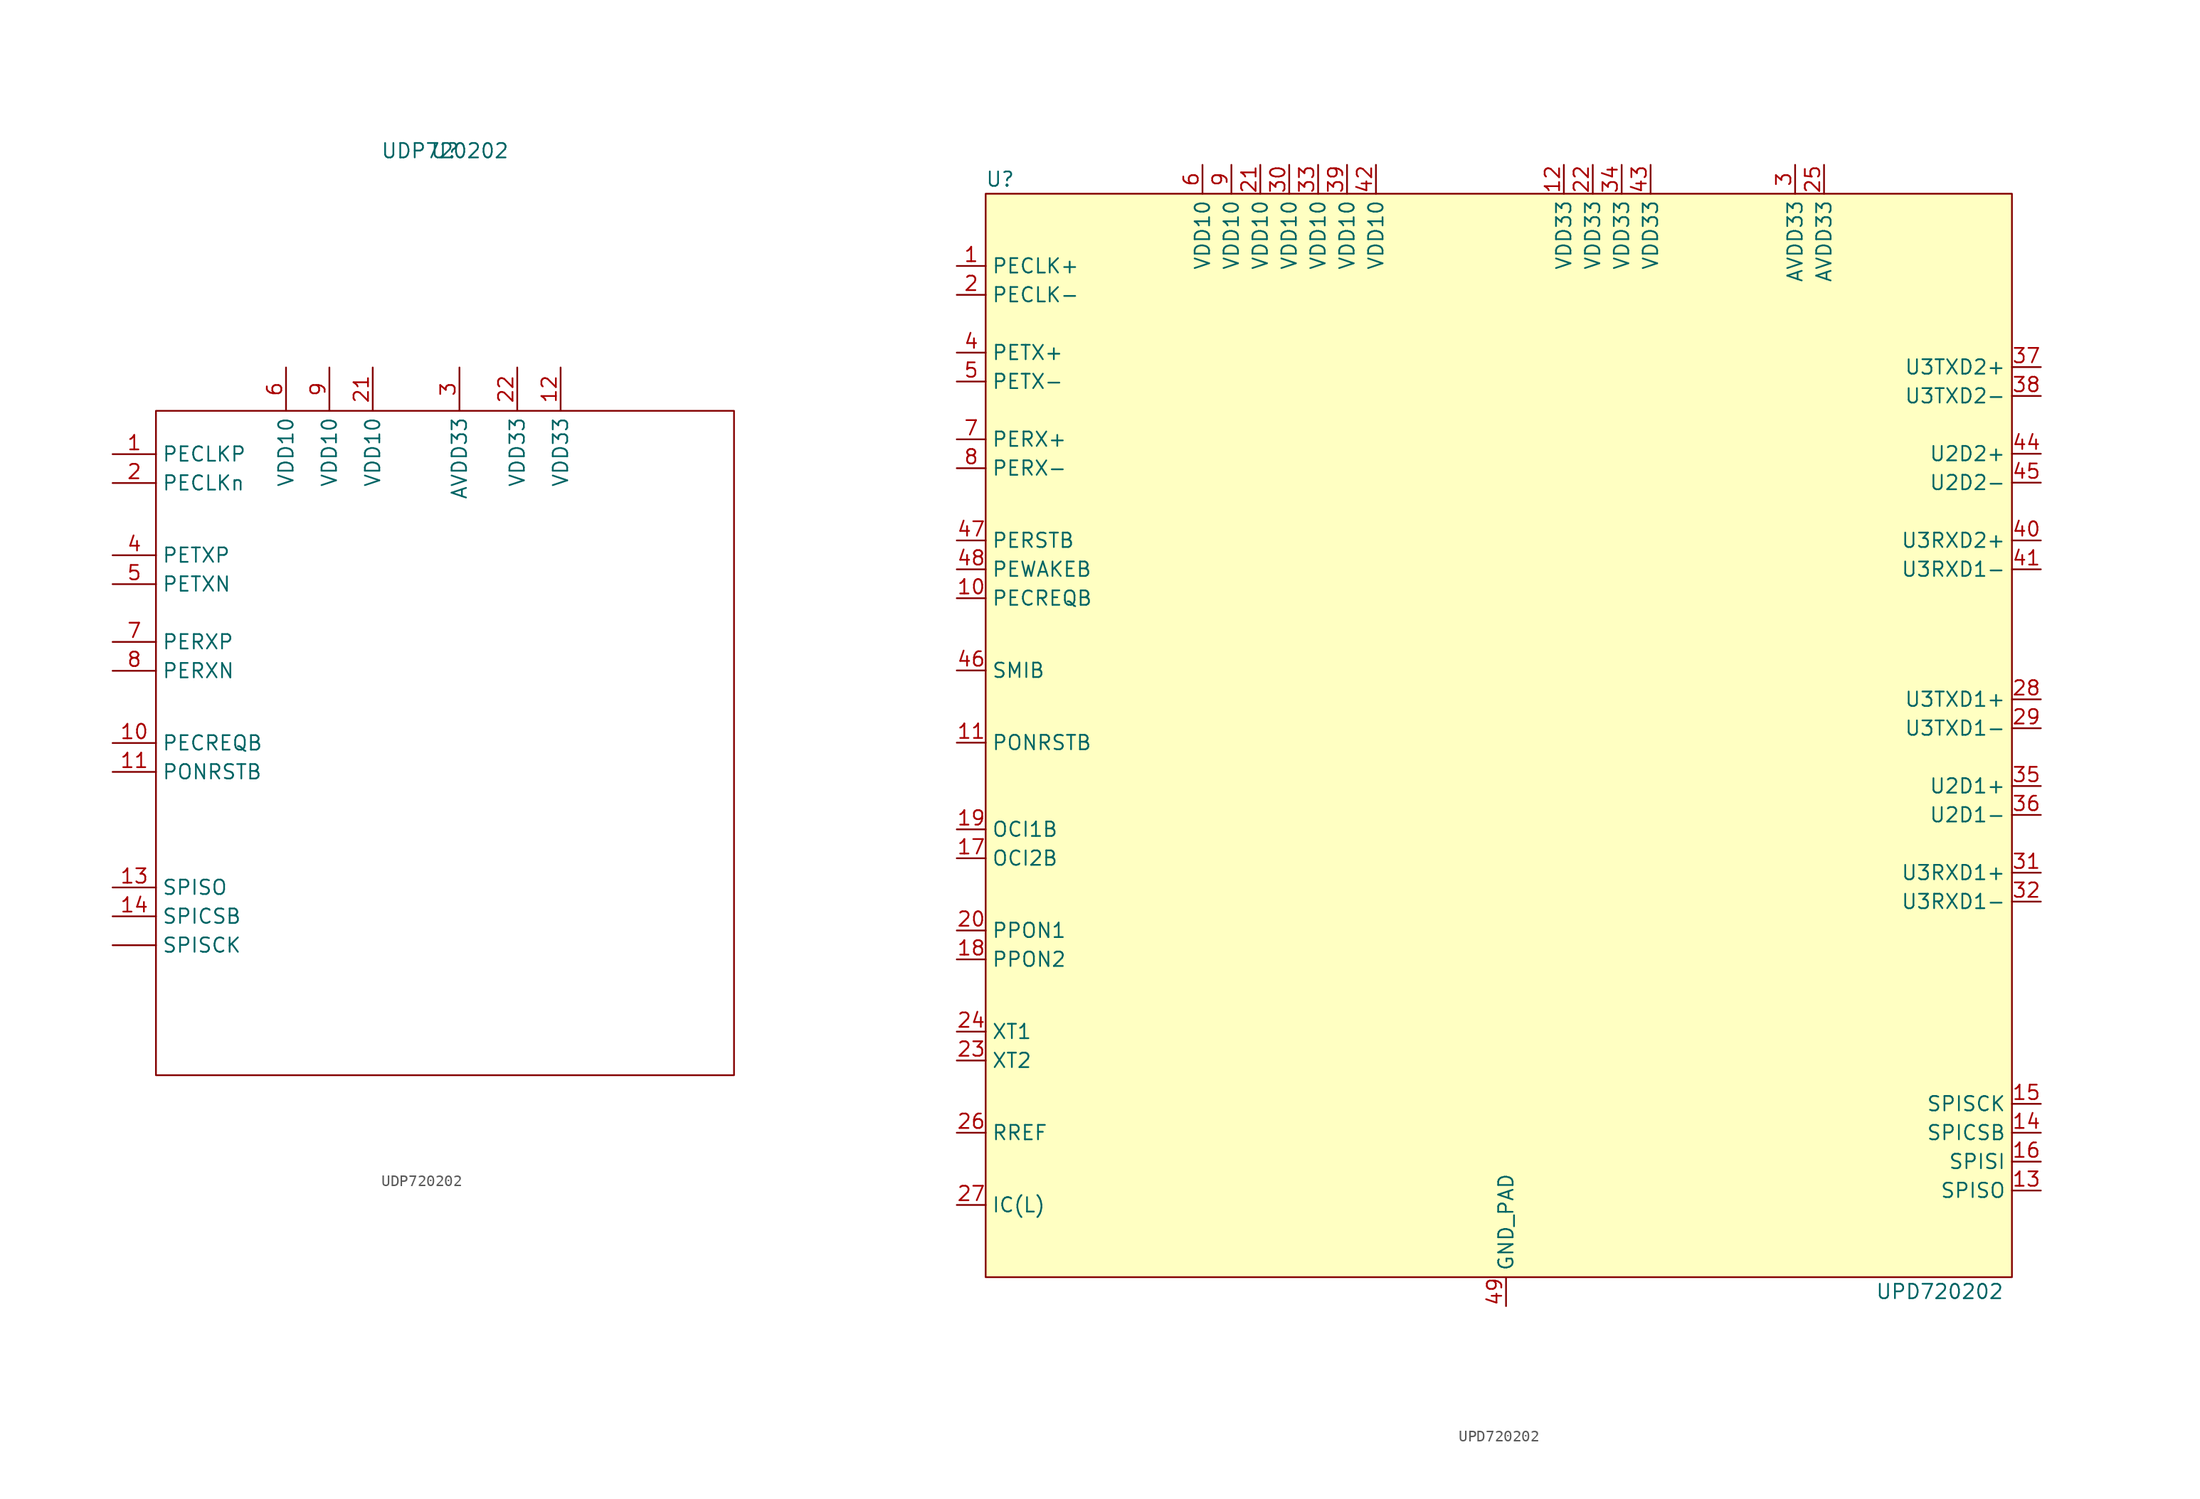
<source format=kicad_sym>
(kicad_symbol_lib
  (version 20211014)
  (generator kicad_symbol_editor)
  (symbol "UDP720202"
    (property "Reference" "U"
      (at 1.27 50.8 0)
      (effects (font (size 1.27 1.27))))
    (property "Value" "UDP720202"
      (at 1.27 50.8 0)
      (effects (font (size 1.27 1.27))))
    (symbol "UDP720202_0_1"
      (rectangle (start -24.13 27.94) (end 26.67 -30.48) (stroke (width 0.152) (type default) (color 0 0 0 0)) (fill (type none))))
    (symbol "UDP720202_1_1"
      (pin input line (at -27.94 -19.05 0) (length 3.81) (name "SPISCK" (effects (font (size 1.27 1.27)))) (number "" (effects (font (size 1.27 1.27)))))
      (pin input line (at -27.94 24.13 0) (length 3.81) (name "PECLKP" (effects (font (size 1.27 1.27)))) (number "1" (effects (font (size 1.27 1.27)))))
      (pin input line (at -27.94 -1.27 0) (length 3.81) (name "PECREQB" (effects (font (size 1.27 1.27)))) (number "10" (effects (font (size 1.27 1.27)))))
      (pin input line (at -27.94 -3.81 0) (length 3.81) (name "PONRSTB" (effects (font (size 1.27 1.27)))) (number "11" (effects (font (size 1.27 1.27)))))
      (pin power_in line (at 11.43 31.75 270) (length 3.81) (name "VDD33" (effects (font (size 1.27 1.27)))) (number "12" (effects (font (size 1.27 1.27)))))
      (pin output line (at -27.94 -13.97 0) (length 3.81) (name "SPISO" (effects (font (size 1.27 1.27)))) (number "13" (effects (font (size 1.27 1.27)))))
      (pin input line (at -27.94 -16.51 0) (length 3.81) (name "SPICSB" (effects (font (size 1.27 1.27)))) (number "14" (effects (font (size 1.27 1.27)))))
      (pin input line (at -27.94 21.59 0) (length 3.81) (name "PECLKn" (effects (font (size 1.27 1.27)))) (number "2" (effects (font (size 1.27 1.27)))))
      (pin power_in line (at -5.08 31.75 270) (length 3.81) (name "VDD10" (effects (font (size 1.27 1.27)))) (number "21" (effects (font (size 1.27 1.27)))))
      (pin power_in line (at 7.62 31.75 270) (length 3.81) (name "VDD33" (effects (font (size 1.27 1.27)))) (number "22" (effects (font (size 1.27 1.27)))))
      (pin power_in line (at 2.54 31.75 270) (length 3.81) (name "AVDD33" (effects (font (size 1.27 1.27)))) (number "3" (effects (font (size 1.27 1.27)))))
      (pin input line (at -27.94 15.24 0) (length 3.81) (name "PETXP" (effects (font (size 1.27 1.27)))) (number "4" (effects (font (size 1.27 1.27)))))
      (pin input line (at -27.94 12.7 0) (length 3.81) (name "PETXN" (effects (font (size 1.27 1.27)))) (number "5" (effects (font (size 1.27 1.27)))))
      (pin power_in line (at -12.7 31.75 270) (length 3.81) (name "VDD10" (effects (font (size 1.27 1.27)))) (number "6" (effects (font (size 1.27 1.27)))))
      (pin input line (at -27.94 7.62 0) (length 3.81) (name "PERXP" (effects (font (size 1.27 1.27)))) (number "7" (effects (font (size 1.27 1.27)))))
      (pin input line (at -27.94 5.08 0) (length 3.81) (name "PERXN" (effects (font (size 1.27 1.27)))) (number "8" (effects (font (size 1.27 1.27)))))
      (pin power_in line (at -8.89 31.75 270) (length 3.81) (name "VDD10" (effects (font (size 1.27 1.27)))) (number "9" (effects (font (size 1.27 1.27)))))))
  (symbol "UPD720202"
    (property "Reference" "U"
      (at -44.45 49.53 0)
      (effects (font (size 1.27 1.27))))
    (property "Value" "UPD720202"
      (at 38.1 -48.26 0)
      (effects (font (size 1.27 1.27))))
    (symbol "UPD720202_0_1"
      (rectangle (start -45.72 48.26) (end 44.45 -46.99) (stroke (width 0.152) (type default) (color 0 0 0 0)) (fill (type background))))
    (symbol "UPD720202_1_1"
      (pin input line (at -48.26 41.91 0) (length 2.54) (name "PECLK+" (effects (font (size 1.27 1.27)))) (number "1" (effects (font (size 1.27 1.27)))))
      (pin input line (at -48.26 12.7 0) (length 2.54) (name "PECREQB" (effects (font (size 1.27 1.27)))) (number "10" (effects (font (size 1.27 1.27)))))
      (pin input line (at -48.26 0 0) (length 2.54) (name "PONRSTB" (effects (font (size 1.27 1.27)))) (number "11" (effects (font (size 1.27 1.27)))))
      (pin power_in line (at 5.08 50.8 270) (length 2.54) (name "VDD33" (effects (font (size 1.27 1.27)))) (number "12" (effects (font (size 1.27 1.27)))))
      (pin output line (at 46.99 -39.37 180) (length 2.54) (name "SPISO" (effects (font (size 1.27 1.27)))) (number "13" (effects (font (size 1.27 1.27)))))
      (pin input line (at 46.99 -34.29 180) (length 2.54) (name "SPICSB" (effects (font (size 1.27 1.27)))) (number "14" (effects (font (size 1.27 1.27)))))
      (pin input line (at 46.99 -31.75 180) (length 2.54) (name "SPISCK" (effects (font (size 1.27 1.27)))) (number "15" (effects (font (size 1.27 1.27)))))
      (pin input line (at 46.99 -36.83 180) (length 2.54) (name "SPISI" (effects (font (size 1.27 1.27)))) (number "16" (effects (font (size 1.27 1.27)))))
      (pin input line (at -48.26 -10.16 0) (length 2.54) (name "OCI2B" (effects (font (size 1.27 1.27)))) (number "17" (effects (font (size 1.27 1.27)))))
      (pin input line (at -48.26 -19.05 0) (length 2.54) (name "PPON2" (effects (font (size 1.27 1.27)))) (number "18" (effects (font (size 1.27 1.27)))))
      (pin input line (at -48.26 -7.62 0) (length 2.54) (name "OCI1B" (effects (font (size 1.27 1.27)))) (number "19" (effects (font (size 1.27 1.27)))))
      (pin input line (at -48.26 39.37 0) (length 2.54) (name "PECLK-" (effects (font (size 1.27 1.27)))) (number "2" (effects (font (size 1.27 1.27)))))
      (pin input line (at -48.26 -16.51 0) (length 2.54) (name "PPON1" (effects (font (size 1.27 1.27)))) (number "20" (effects (font (size 1.27 1.27)))))
      (pin power_in line (at -21.59 50.8 270) (length 2.54) (name "VDD10" (effects (font (size 1.27 1.27)))) (number "21" (effects (font (size 1.27 1.27)))))
      (pin power_in line (at 7.62 50.8 270) (length 2.54) (name "VDD33" (effects (font (size 1.27 1.27)))) (number "22" (effects (font (size 1.27 1.27)))))
      (pin input line (at -48.26 -27.94 0) (length 2.54) (name "XT2" (effects (font (size 1.27 1.27)))) (number "23" (effects (font (size 1.27 1.27)))))
      (pin input line (at -48.26 -25.4 0) (length 2.54) (name "XT1" (effects (font (size 1.27 1.27)))) (number "24" (effects (font (size 1.27 1.27)))))
      (pin power_in line (at 27.94 50.8 270) (length 2.54) (name "AVDD33" (effects (font (size 1.27 1.27)))) (number "25" (effects (font (size 1.27 1.27)))))
      (pin input line (at -48.26 -34.29 0) (length 2.54) (name "RREF" (effects (font (size 1.27 1.27)))) (number "26" (effects (font (size 1.27 1.27)))))
      (pin input line (at -48.26 -40.64 0) (length 2.54) (name "IC(L)" (effects (font (size 1.27 1.27)))) (number "27" (effects (font (size 1.27 1.27)))))
      (pin output line (at 46.99 3.81 180) (length 2.54) (name "U3TXD1+" (effects (font (size 1.27 1.27)))) (number "28" (effects (font (size 1.27 1.27)))))
      (pin output line (at 46.99 1.27 180) (length 2.54) (name "U3TXD1-" (effects (font (size 1.27 1.27)))) (number "29" (effects (font (size 1.27 1.27)))))
      (pin power_in line (at 25.4 50.8 270) (length 2.54) (name "AVDD33" (effects (font (size 1.27 1.27)))) (number "3" (effects (font (size 1.27 1.27)))))
      (pin power_in line (at -19.05 50.8 270) (length 2.54) (name "VDD10" (effects (font (size 1.27 1.27)))) (number "30" (effects (font (size 1.27 1.27)))))
      (pin input line (at 46.99 -11.43 180) (length 2.54) (name "U3RXD1+" (effects (font (size 1.27 1.27)))) (number "31" (effects (font (size 1.27 1.27)))))
      (pin input line (at 46.99 -13.97 180) (length 2.54) (name "U3RXD1-" (effects (font (size 1.27 1.27)))) (number "32" (effects (font (size 1.27 1.27)))))
      (pin power_in line (at -16.51 50.8 270) (length 2.54) (name "VDD10" (effects (font (size 1.27 1.27)))) (number "33" (effects (font (size 1.27 1.27)))))
      (pin power_in line (at 10.16 50.8 270) (length 2.54) (name "VDD33" (effects (font (size 1.27 1.27)))) (number "34" (effects (font (size 1.27 1.27)))))
      (pin bidirectional line (at 46.99 -3.81 180) (length 2.54) (name "U2D1+" (effects (font (size 1.27 1.27)))) (number "35" (effects (font (size 1.27 1.27)))))
      (pin bidirectional line (at 46.99 -6.35 180) (length 2.54) (name "U2D1-" (effects (font (size 1.27 1.27)))) (number "36" (effects (font (size 1.27 1.27)))))
      (pin output line (at 46.99 33.02 180) (length 2.54) (name "U3TXD2+" (effects (font (size 1.27 1.27)))) (number "37" (effects (font (size 1.27 1.27)))))
      (pin output line (at 46.99 30.48 180) (length 2.54) (name "U3TXD2-" (effects (font (size 1.27 1.27)))) (number "38" (effects (font (size 1.27 1.27)))))
      (pin power_in line (at -13.97 50.8 270) (length 2.54) (name "VDD10" (effects (font (size 1.27 1.27)))) (number "39" (effects (font (size 1.27 1.27)))))
      (pin output line (at -48.26 34.29 0) (length 2.54) (name "PETX+" (effects (font (size 1.27 1.27)))) (number "4" (effects (font (size 1.27 1.27)))))
      (pin input line (at 46.99 17.78 180) (length 2.54) (name "U3RXD2+" (effects (font (size 1.27 1.27)))) (number "40" (effects (font (size 1.27 1.27)))))
      (pin input line (at 46.99 15.24 180) (length 2.54) (name "U3RXD1-" (effects (font (size 1.27 1.27)))) (number "41" (effects (font (size 1.27 1.27)))))
      (pin power_in line (at -11.43 50.8 270) (length 2.54) (name "VDD10" (effects (font (size 1.27 1.27)))) (number "42" (effects (font (size 1.27 1.27)))))
      (pin power_in line (at 12.7 50.8 270) (length 2.54) (name "VDD33" (effects (font (size 1.27 1.27)))) (number "43" (effects (font (size 1.27 1.27)))))
      (pin bidirectional line (at 46.99 25.4 180) (length 2.54) (name "U2D2+" (effects (font (size 1.27 1.27)))) (number "44" (effects (font (size 1.27 1.27)))))
      (pin bidirectional line (at 46.99 22.86 180) (length 2.54) (name "U2D2-" (effects (font (size 1.27 1.27)))) (number "45" (effects (font (size 1.27 1.27)))))
      (pin input line (at -48.26 6.35 0) (length 2.54) (name "SMIB" (effects (font (size 1.27 1.27)))) (number "46" (effects (font (size 1.27 1.27)))))
      (pin input line (at -48.26 17.78 0) (length 2.54) (name "PERSTB" (effects (font (size 1.27 1.27)))) (number "47" (effects (font (size 1.27 1.27)))))
      (pin input line (at -48.26 15.24 0) (length 2.54) (name "PEWAKEB" (effects (font (size 1.27 1.27)))) (number "48" (effects (font (size 1.27 1.27)))))
      (pin power_in line (at 0 -49.53 90) (length 2.54) (name "GND_PAD" (effects (font (size 1.27 1.27)))) (number "49" (effects (font (size 1.27 1.27)))))
      (pin output line (at -48.26 31.75 0) (length 2.54) (name "PETX-" (effects (font (size 1.27 1.27)))) (number "5" (effects (font (size 1.27 1.27)))))
      (pin power_in line (at -26.67 50.8 270) (length 2.54) (name "VDD10" (effects (font (size 1.27 1.27)))) (number "6" (effects (font (size 1.27 1.27)))))
      (pin input line (at -48.26 26.67 0) (length 2.54) (name "PERX+" (effects (font (size 1.27 1.27)))) (number "7" (effects (font (size 1.27 1.27)))))
      (pin input line (at -48.26 24.13 0) (length 2.54) (name "PERX-" (effects (font (size 1.27 1.27)))) (number "8" (effects (font (size 1.27 1.27)))))
      (pin power_in line (at -24.13 50.8 270) (length 2.54) (name "VDD10" (effects (font (size 1.27 1.27)))) (number "9" (effects (font (size 1.27 1.27))))))))
</source>
